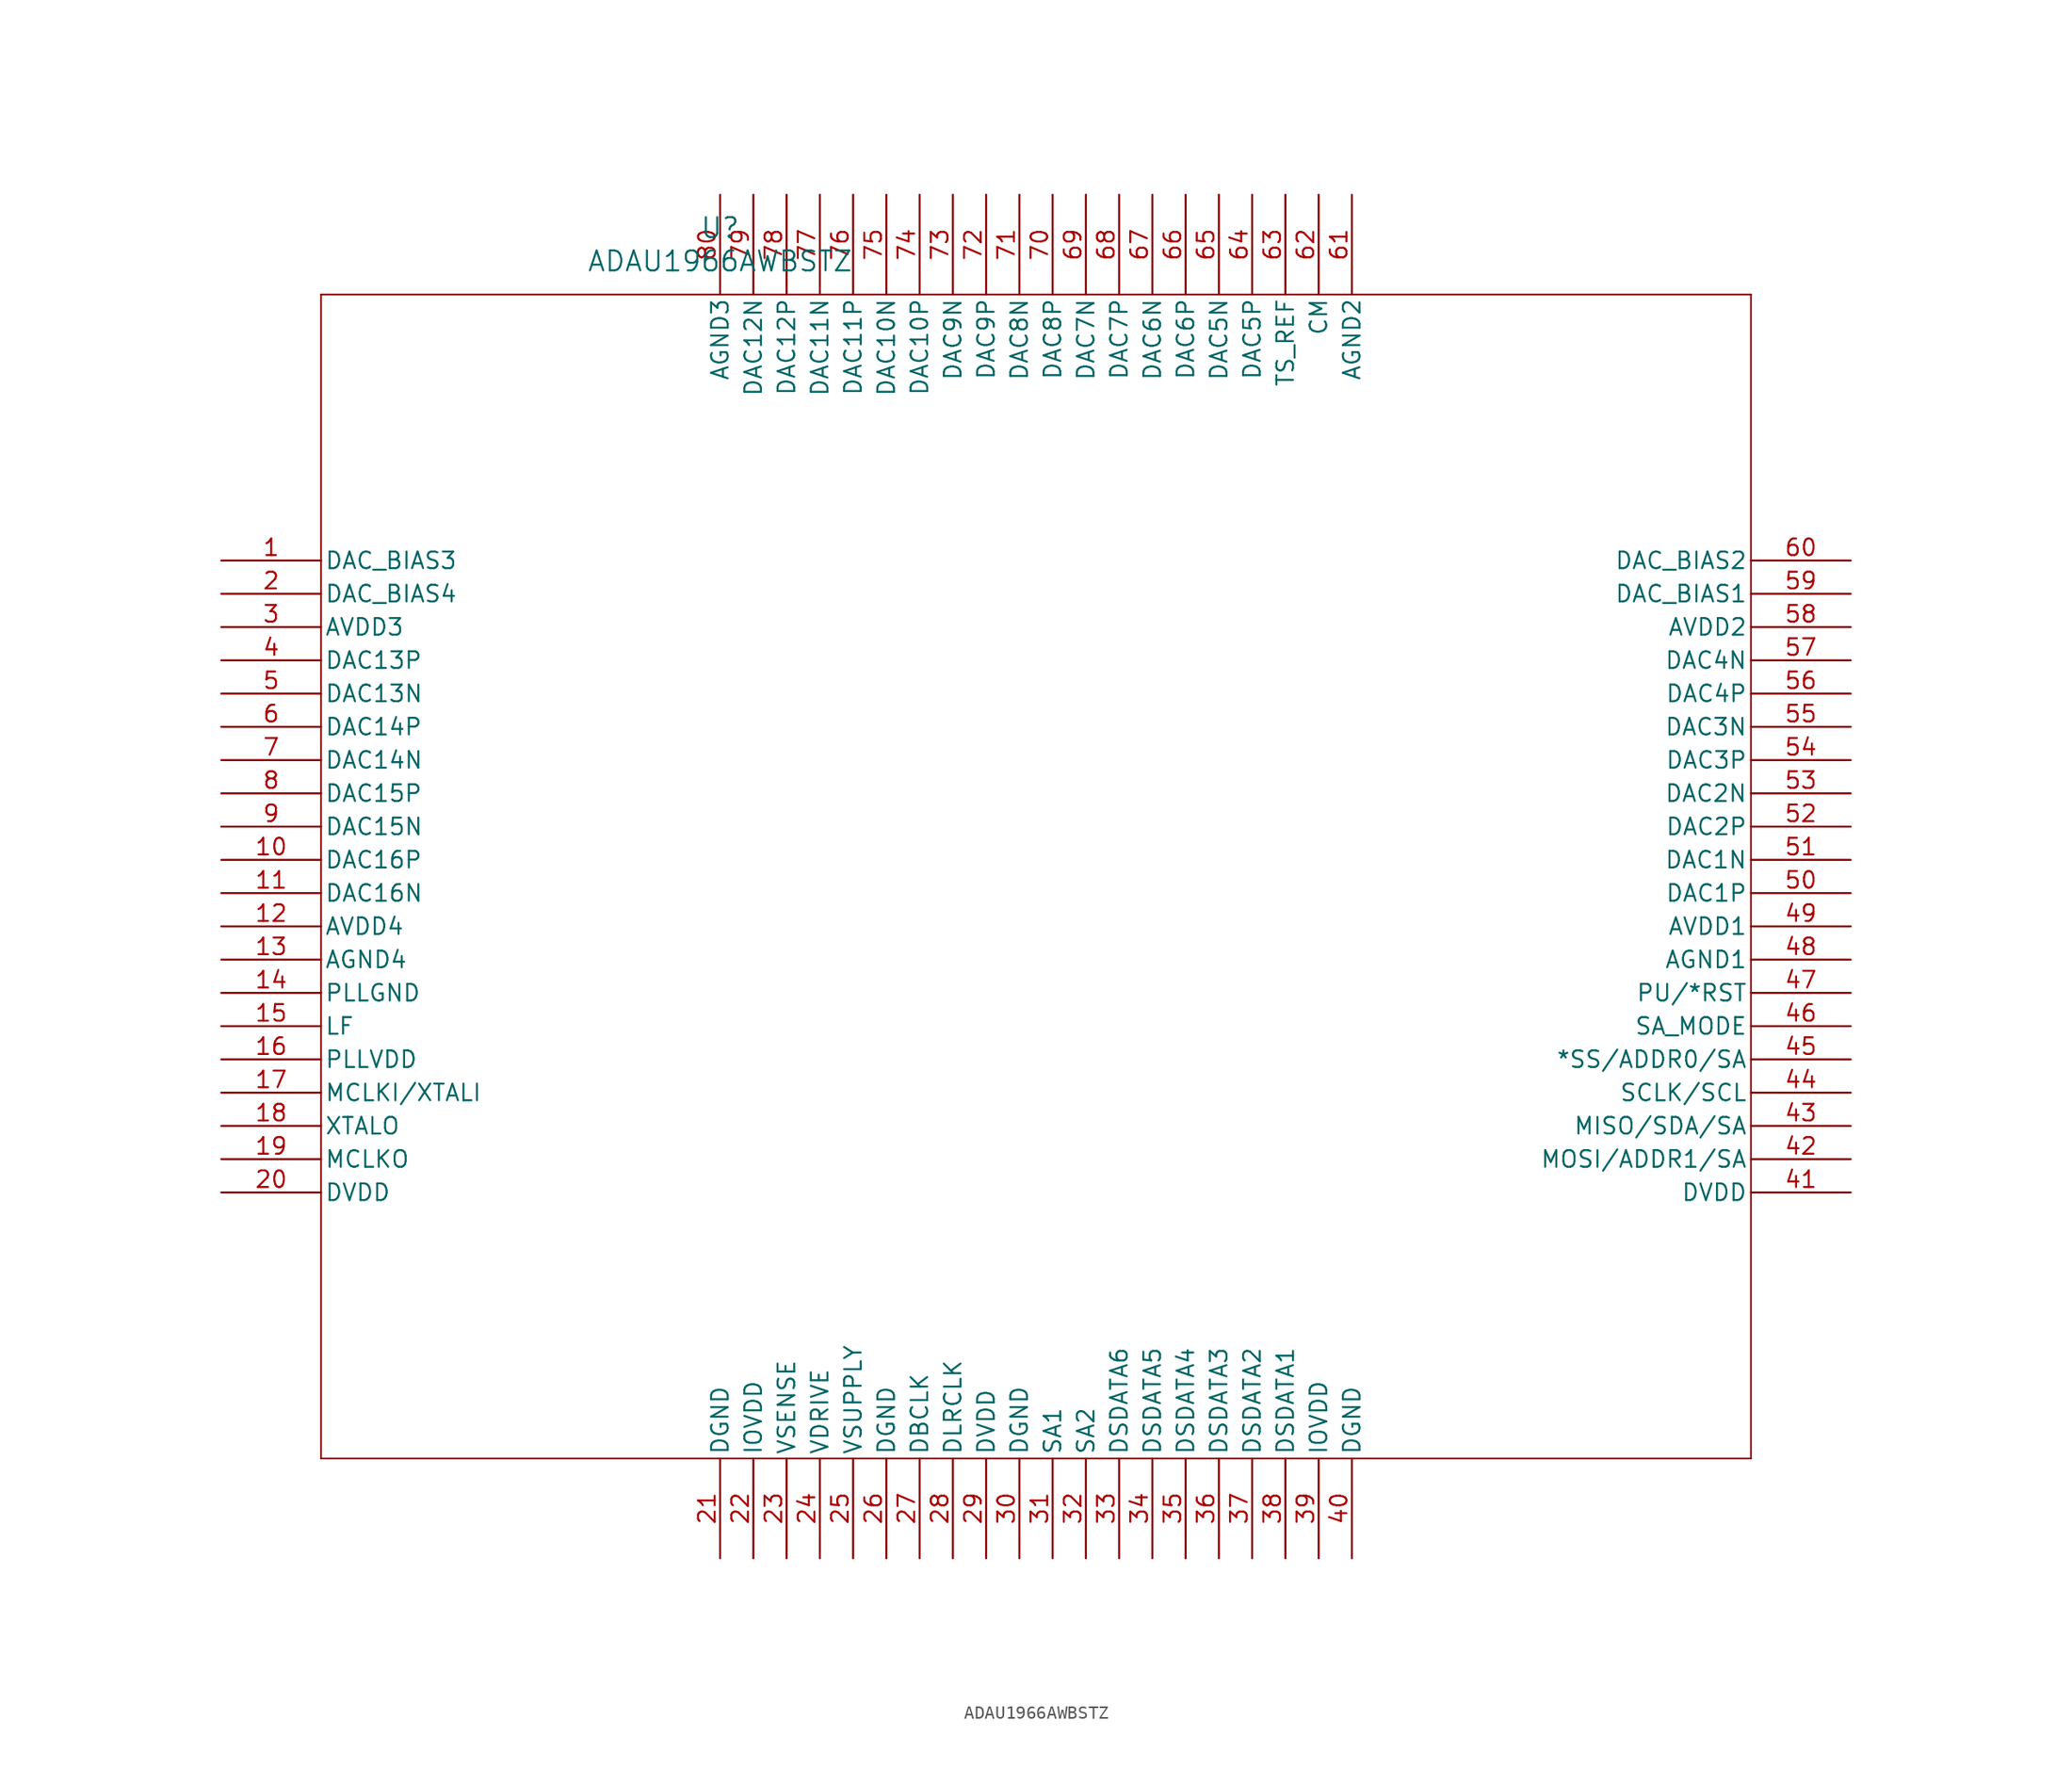
<source format=kicad_sym>
(kicad_symbol_lib
  (version 20231120)
  (generator "kicad_symbol_editor")
  (generator_version "8.0")
  (symbol "ADAU1966AWBSTZ"
    (pin_names
      (offset 0.254))
    (property "Reference" "U"
      (at 38.1 25.4 0)
      (effects (font (size 1.524 1.524))))
    (property "Value" "ADAU1966AWBSTZ"
      (at 38.1 22.86 0)
      (effects (font (size 1.524 1.524))))
    (property "ki_locked" ""
      (at 0 0 0)
      (effects (font (size 1.27 1.27))))
    (symbol "ADAU1966AWBSTZ_0_1"
      (polyline (pts (xy 7.62 -68.58) (xy 116.84 -68.58)) (stroke (width 0.127) (type default)) (fill (type none)))
      (polyline (pts (xy 7.62 20.32) (xy 7.62 -68.58)) (stroke (width 0.127) (type default)) (fill (type none)))
      (polyline (pts (xy 116.84 -68.58) (xy 116.84 20.32)) (stroke (width 0.127) (type default)) (fill (type none)))
      (polyline (pts (xy 116.84 20.32) (xy 7.62 20.32)) (stroke (width 0.127) (type default)) (fill (type none)))
      (pin unspecified line (at 0 0 0) (length 7.62) (name "DAC_BIAS3" (effects (font (size 1.27 1.27)))) (number "1" (effects (font (size 1.27 1.27)))))
      (pin unspecified line (at 0 -22.86 0) (length 7.62) (name "DAC16P" (effects (font (size 1.27 1.27)))) (number "10" (effects (font (size 1.27 1.27)))))
      (pin unspecified line (at 0 -25.4 0) (length 7.62) (name "DAC16N" (effects (font (size 1.27 1.27)))) (number "11" (effects (font (size 1.27 1.27)))))
      (pin unspecified line (at 0 -27.94 0) (length 7.62) (name "AVDD4" (effects (font (size 1.27 1.27)))) (number "12" (effects (font (size 1.27 1.27)))))
      (pin unspecified line (at 0 -30.48 0) (length 7.62) (name "AGND4" (effects (font (size 1.27 1.27)))) (number "13" (effects (font (size 1.27 1.27)))))
      (pin unspecified line (at 0 -33.02 0) (length 7.62) (name "PLLGND" (effects (font (size 1.27 1.27)))) (number "14" (effects (font (size 1.27 1.27)))))
      (pin unspecified line (at 0 -35.56 0) (length 7.62) (name "LF" (effects (font (size 1.27 1.27)))) (number "15" (effects (font (size 1.27 1.27)))))
      (pin unspecified line (at 0 -38.1 0) (length 7.62) (name "PLLVDD" (effects (font (size 1.27 1.27)))) (number "16" (effects (font (size 1.27 1.27)))))
      (pin unspecified line (at 0 -40.64 0) (length 7.62) (name "MCLKI/XTALI" (effects (font (size 1.27 1.27)))) (number "17" (effects (font (size 1.27 1.27)))))
      (pin unspecified line (at 0 -43.18 0) (length 7.62) (name "XTALO" (effects (font (size 1.27 1.27)))) (number "18" (effects (font (size 1.27 1.27)))))
      (pin unspecified line (at 0 -45.72 0) (length 7.62) (name "MCLKO" (effects (font (size 1.27 1.27)))) (number "19" (effects (font (size 1.27 1.27)))))
      (pin unspecified line (at 0 -2.54 0) (length 7.62) (name "DAC_BIAS4" (effects (font (size 1.27 1.27)))) (number "2" (effects (font (size 1.27 1.27)))))
      (pin unspecified line (at 0 -48.26 0) (length 7.62) (name "DVDD" (effects (font (size 1.27 1.27)))) (number "20" (effects (font (size 1.27 1.27)))))
      (pin unspecified line (at 38.1 -76.2 90) (length 7.62) (name "DGND" (effects (font (size 1.27 1.27)))) (number "21" (effects (font (size 1.27 1.27)))))
      (pin unspecified line (at 40.64 -76.2 90) (length 7.62) (name "IOVDD" (effects (font (size 1.27 1.27)))) (number "22" (effects (font (size 1.27 1.27)))))
      (pin unspecified line (at 43.18 -76.2 90) (length 7.62) (name "VSENSE" (effects (font (size 1.27 1.27)))) (number "23" (effects (font (size 1.27 1.27)))))
      (pin unspecified line (at 45.72 -76.2 90) (length 7.62) (name "VDRIVE" (effects (font (size 1.27 1.27)))) (number "24" (effects (font (size 1.27 1.27)))))
      (pin unspecified line (at 48.26 -76.2 90) (length 7.62) (name "VSUPPLY" (effects (font (size 1.27 1.27)))) (number "25" (effects (font (size 1.27 1.27)))))
      (pin unspecified line (at 50.8 -76.2 90) (length 7.62) (name "DGND" (effects (font (size 1.27 1.27)))) (number "26" (effects (font (size 1.27 1.27)))))
      (pin unspecified line (at 53.34 -76.2 90) (length 7.62) (name "DBCLK" (effects (font (size 1.27 1.27)))) (number "27" (effects (font (size 1.27 1.27)))))
      (pin unspecified line (at 55.88 -76.2 90) (length 7.62) (name "DLRCLK" (effects (font (size 1.27 1.27)))) (number "28" (effects (font (size 1.27 1.27)))))
      (pin unspecified line (at 58.42 -76.2 90) (length 7.62) (name "DVDD" (effects (font (size 1.27 1.27)))) (number "29" (effects (font (size 1.27 1.27)))))
      (pin unspecified line (at 0 -5.08 0) (length 7.62) (name "AVDD3" (effects (font (size 1.27 1.27)))) (number "3" (effects (font (size 1.27 1.27)))))
      (pin unspecified line (at 60.96 -76.2 90) (length 7.62) (name "DGND" (effects (font (size 1.27 1.27)))) (number "30" (effects (font (size 1.27 1.27)))))
      (pin unspecified line (at 63.5 -76.2 90) (length 7.62) (name "SA1" (effects (font (size 1.27 1.27)))) (number "31" (effects (font (size 1.27 1.27)))))
      (pin unspecified line (at 66.04 -76.2 90) (length 7.62) (name "SA2" (effects (font (size 1.27 1.27)))) (number "32" (effects (font (size 1.27 1.27)))))
      (pin unspecified line (at 68.58 -76.2 90) (length 7.62) (name "DSDATA6" (effects (font (size 1.27 1.27)))) (number "33" (effects (font (size 1.27 1.27)))))
      (pin unspecified line (at 71.12 -76.2 90) (length 7.62) (name "DSDATA5" (effects (font (size 1.27 1.27)))) (number "34" (effects (font (size 1.27 1.27)))))
      (pin unspecified line (at 73.66 -76.2 90) (length 7.62) (name "DSDATA4" (effects (font (size 1.27 1.27)))) (number "35" (effects (font (size 1.27 1.27)))))
      (pin unspecified line (at 76.2 -76.2 90) (length 7.62) (name "DSDATA3" (effects (font (size 1.27 1.27)))) (number "36" (effects (font (size 1.27 1.27)))))
      (pin unspecified line (at 78.74 -76.2 90) (length 7.62) (name "DSDATA2" (effects (font (size 1.27 1.27)))) (number "37" (effects (font (size 1.27 1.27)))))
      (pin unspecified line (at 81.28 -76.2 90) (length 7.62) (name "DSDATA1" (effects (font (size 1.27 1.27)))) (number "38" (effects (font (size 1.27 1.27)))))
      (pin unspecified line (at 83.82 -76.2 90) (length 7.62) (name "IOVDD" (effects (font (size 1.27 1.27)))) (number "39" (effects (font (size 1.27 1.27)))))
      (pin unspecified line (at 0 -7.62 0) (length 7.62) (name "DAC13P" (effects (font (size 1.27 1.27)))) (number "4" (effects (font (size 1.27 1.27)))))
      (pin unspecified line (at 86.36 -76.2 90) (length 7.62) (name "DGND" (effects (font (size 1.27 1.27)))) (number "40" (effects (font (size 1.27 1.27)))))
      (pin unspecified line (at 124.46 -48.26 180) (length 7.62) (name "DVDD" (effects (font (size 1.27 1.27)))) (number "41" (effects (font (size 1.27 1.27)))))
      (pin unspecified line (at 124.46 -45.72 180) (length 7.62) (name "MOSI/ADDR1/SA" (effects (font (size 1.27 1.27)))) (number "42" (effects (font (size 1.27 1.27)))))
      (pin unspecified line (at 124.46 -43.18 180) (length 7.62) (name "MISO/SDA/SA" (effects (font (size 1.27 1.27)))) (number "43" (effects (font (size 1.27 1.27)))))
      (pin unspecified line (at 124.46 -40.64 180) (length 7.62) (name "SCLK/SCL" (effects (font (size 1.27 1.27)))) (number "44" (effects (font (size 1.27 1.27)))))
      (pin unspecified line (at 124.46 -38.1 180) (length 7.62) (name "*SS/ADDR0/SA" (effects (font (size 1.27 1.27)))) (number "45" (effects (font (size 1.27 1.27)))))
      (pin unspecified line (at 124.46 -35.56 180) (length 7.62) (name "SA_MODE" (effects (font (size 1.27 1.27)))) (number "46" (effects (font (size 1.27 1.27)))))
      (pin unspecified line (at 124.46 -33.02 180) (length 7.62) (name "PU/*RST" (effects (font (size 1.27 1.27)))) (number "47" (effects (font (size 1.27 1.27)))))
      (pin unspecified line (at 124.46 -30.48 180) (length 7.62) (name "AGND1" (effects (font (size 1.27 1.27)))) (number "48" (effects (font (size 1.27 1.27)))))
      (pin unspecified line (at 124.46 -27.94 180) (length 7.62) (name "AVDD1" (effects (font (size 1.27 1.27)))) (number "49" (effects (font (size 1.27 1.27)))))
      (pin unspecified line (at 0 -10.16 0) (length 7.62) (name "DAC13N" (effects (font (size 1.27 1.27)))) (number "5" (effects (font (size 1.27 1.27)))))
      (pin unspecified line (at 124.46 -25.4 180) (length 7.62) (name "DAC1P" (effects (font (size 1.27 1.27)))) (number "50" (effects (font (size 1.27 1.27)))))
      (pin unspecified line (at 124.46 -22.86 180) (length 7.62) (name "DAC1N" (effects (font (size 1.27 1.27)))) (number "51" (effects (font (size 1.27 1.27)))))
      (pin unspecified line (at 124.46 -20.32 180) (length 7.62) (name "DAC2P" (effects (font (size 1.27 1.27)))) (number "52" (effects (font (size 1.27 1.27)))))
      (pin unspecified line (at 124.46 -17.78 180) (length 7.62) (name "DAC2N" (effects (font (size 1.27 1.27)))) (number "53" (effects (font (size 1.27 1.27)))))
      (pin unspecified line (at 124.46 -15.24 180) (length 7.62) (name "DAC3P" (effects (font (size 1.27 1.27)))) (number "54" (effects (font (size 1.27 1.27)))))
      (pin unspecified line (at 124.46 -12.7 180) (length 7.62) (name "DAC3N" (effects (font (size 1.27 1.27)))) (number "55" (effects (font (size 1.27 1.27)))))
      (pin unspecified line (at 124.46 -10.16 180) (length 7.62) (name "DAC4P" (effects (font (size 1.27 1.27)))) (number "56" (effects (font (size 1.27 1.27)))))
      (pin unspecified line (at 124.46 -7.62 180) (length 7.62) (name "DAC4N" (effects (font (size 1.27 1.27)))) (number "57" (effects (font (size 1.27 1.27)))))
      (pin unspecified line (at 124.46 -5.08 180) (length 7.62) (name "AVDD2" (effects (font (size 1.27 1.27)))) (number "58" (effects (font (size 1.27 1.27)))))
      (pin unspecified line (at 124.46 -2.54 180) (length 7.62) (name "DAC_BIAS1" (effects (font (size 1.27 1.27)))) (number "59" (effects (font (size 1.27 1.27)))))
      (pin unspecified line (at 0 -12.7 0) (length 7.62) (name "DAC14P" (effects (font (size 1.27 1.27)))) (number "6" (effects (font (size 1.27 1.27)))))
      (pin unspecified line (at 124.46 0 180) (length 7.62) (name "DAC_BIAS2" (effects (font (size 1.27 1.27)))) (number "60" (effects (font (size 1.27 1.27)))))
      (pin unspecified line (at 86.36 27.94 270) (length 7.62) (name "AGND2" (effects (font (size 1.27 1.27)))) (number "61" (effects (font (size 1.27 1.27)))))
      (pin unspecified line (at 83.82 27.94 270) (length 7.62) (name "CM" (effects (font (size 1.27 1.27)))) (number "62" (effects (font (size 1.27 1.27)))))
      (pin unspecified line (at 81.28 27.94 270) (length 7.62) (name "TS_REF" (effects (font (size 1.27 1.27)))) (number "63" (effects (font (size 1.27 1.27)))))
      (pin unspecified line (at 78.74 27.94 270) (length 7.62) (name "DAC5P" (effects (font (size 1.27 1.27)))) (number "64" (effects (font (size 1.27 1.27)))))
      (pin unspecified line (at 76.2 27.94 270) (length 7.62) (name "DAC5N" (effects (font (size 1.27 1.27)))) (number "65" (effects (font (size 1.27 1.27)))))
      (pin unspecified line (at 73.66 27.94 270) (length 7.62) (name "DAC6P" (effects (font (size 1.27 1.27)))) (number "66" (effects (font (size 1.27 1.27)))))
      (pin unspecified line (at 71.12 27.94 270) (length 7.62) (name "DAC6N" (effects (font (size 1.27 1.27)))) (number "67" (effects (font (size 1.27 1.27)))))
      (pin unspecified line (at 68.58 27.94 270) (length 7.62) (name "DAC7P" (effects (font (size 1.27 1.27)))) (number "68" (effects (font (size 1.27 1.27)))))
      (pin unspecified line (at 66.04 27.94 270) (length 7.62) (name "DAC7N" (effects (font (size 1.27 1.27)))) (number "69" (effects (font (size 1.27 1.27)))))
      (pin unspecified line (at 0 -15.24 0) (length 7.62) (name "DAC14N" (effects (font (size 1.27 1.27)))) (number "7" (effects (font (size 1.27 1.27)))))
      (pin unspecified line (at 63.5 27.94 270) (length 7.62) (name "DAC8P" (effects (font (size 1.27 1.27)))) (number "70" (effects (font (size 1.27 1.27)))))
      (pin unspecified line (at 60.96 27.94 270) (length 7.62) (name "DAC8N" (effects (font (size 1.27 1.27)))) (number "71" (effects (font (size 1.27 1.27)))))
      (pin unspecified line (at 58.42 27.94 270) (length 7.62) (name "DAC9P" (effects (font (size 1.27 1.27)))) (number "72" (effects (font (size 1.27 1.27)))))
      (pin unspecified line (at 55.88 27.94 270) (length 7.62) (name "DAC9N" (effects (font (size 1.27 1.27)))) (number "73" (effects (font (size 1.27 1.27)))))
      (pin unspecified line (at 53.34 27.94 270) (length 7.62) (name "DAC10P" (effects (font (size 1.27 1.27)))) (number "74" (effects (font (size 1.27 1.27)))))
      (pin unspecified line (at 50.8 27.94 270) (length 7.62) (name "DAC10N" (effects (font (size 1.27 1.27)))) (number "75" (effects (font (size 1.27 1.27)))))
      (pin unspecified line (at 48.26 27.94 270) (length 7.62) (name "DAC11P" (effects (font (size 1.27 1.27)))) (number "76" (effects (font (size 1.27 1.27)))))
      (pin unspecified line (at 45.72 27.94 270) (length 7.62) (name "DAC11N" (effects (font (size 1.27 1.27)))) (number "77" (effects (font (size 1.27 1.27)))))
      (pin unspecified line (at 43.18 27.94 270) (length 7.62) (name "DAC12P" (effects (font (size 1.27 1.27)))) (number "78" (effects (font (size 1.27 1.27)))))
      (pin unspecified line (at 40.64 27.94 270) (length 7.62) (name "DAC12N" (effects (font (size 1.27 1.27)))) (number "79" (effects (font (size 1.27 1.27)))))
      (pin unspecified line (at 0 -17.78 0) (length 7.62) (name "DAC15P" (effects (font (size 1.27 1.27)))) (number "8" (effects (font (size 1.27 1.27)))))
      (pin unspecified line (at 38.1 27.94 270) (length 7.62) (name "AGND3" (effects (font (size 1.27 1.27)))) (number "80" (effects (font (size 1.27 1.27)))))
      (pin unspecified line (at 0 -20.32 0) (length 7.62) (name "DAC15N" (effects (font (size 1.27 1.27)))) (number "9" (effects (font (size 1.27 1.27))))))))
</source>
